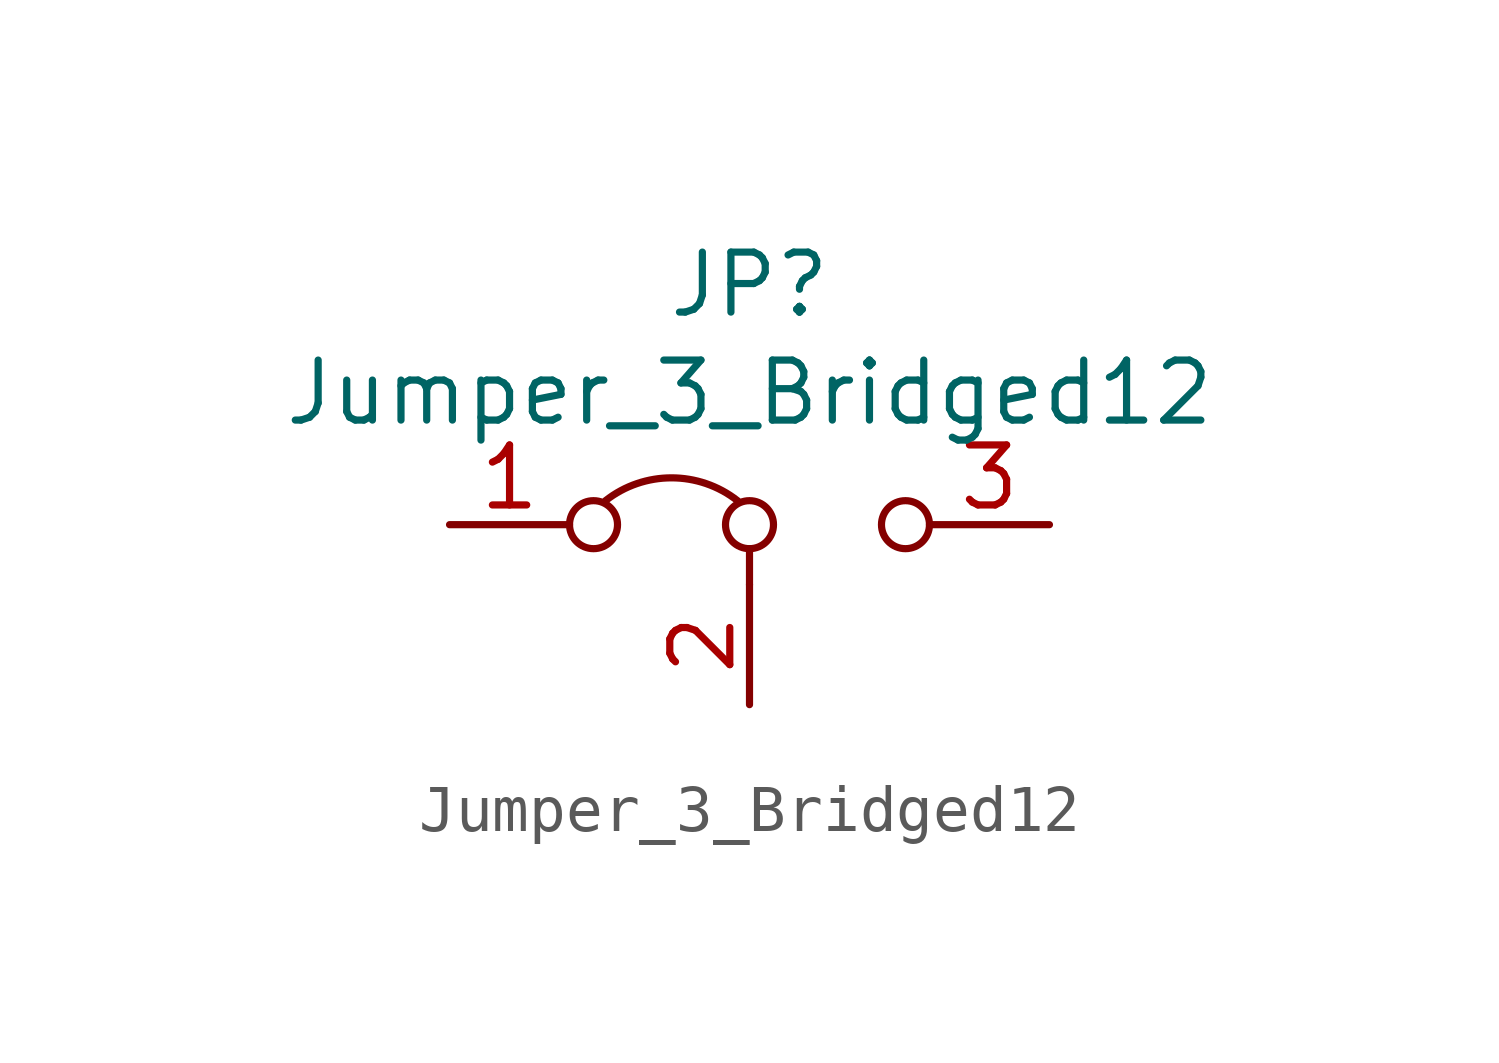
<source format=kicad_sym>
(kicad_symbol_lib
  (version 20241209)
  (generator "kicad_symbol_editor")
  (generator_version "9.0")
  (symbol "Jumper_3_Bridged12"
    (pin_names
      (offset 0)
      (hide yes))
    (property "Reference" "JP"
      (at 0 5.08 0)
      (effects (font (size 1.27 1.27))))
    (property "Value" "Jumper_3_Bridged12"
      (at 0 2.794 0)
      (effects (font (size 1.27 1.27))))
    (symbol "Jumper_3_Bridged12_0_0"
      (circle (center -3.302 0) (radius 0.508) (stroke (width 0) (type default)) (fill (type none)))
      (circle (center 0 0) (radius 0.508) (stroke (width 0) (type default)) (fill (type none)))
      (circle (center 3.302 0) (radius 0.508) (stroke (width 0) (type default)) (fill (type none))))
    (symbol "Jumper_3_Bridged12_0_1"
      (arc (start -3.048 0.508) (mid -1.651 0.9912) (end -0.254 0.508) (stroke (width 0) (type default)) (fill (type none)))
      (polyline (pts (xy 0 -1.27) (xy 0 -0.508)) (stroke (width 0) (type default)) (fill (type none))))
    (symbol "Jumper_3_Bridged12_1_1"
      (pin passive line (at -6.35 0 0) (length 2.54) (name "A" (effects (font (size 1.27 1.27)))) (number "1" (effects (font (size 1.27 1.27)))))
      (pin passive line (at 0 -3.81 90) (length 2.54) (name "C" (effects (font (size 1.27 1.27)))) (number "2" (effects (font (size 1.27 1.27)))))
      (pin passive line (at 6.35 0 180) (length 2.54) (name "B" (effects (font (size 1.27 1.27)))) (number "3" (effects (font (size 1.27 1.27))))))))
</source>
